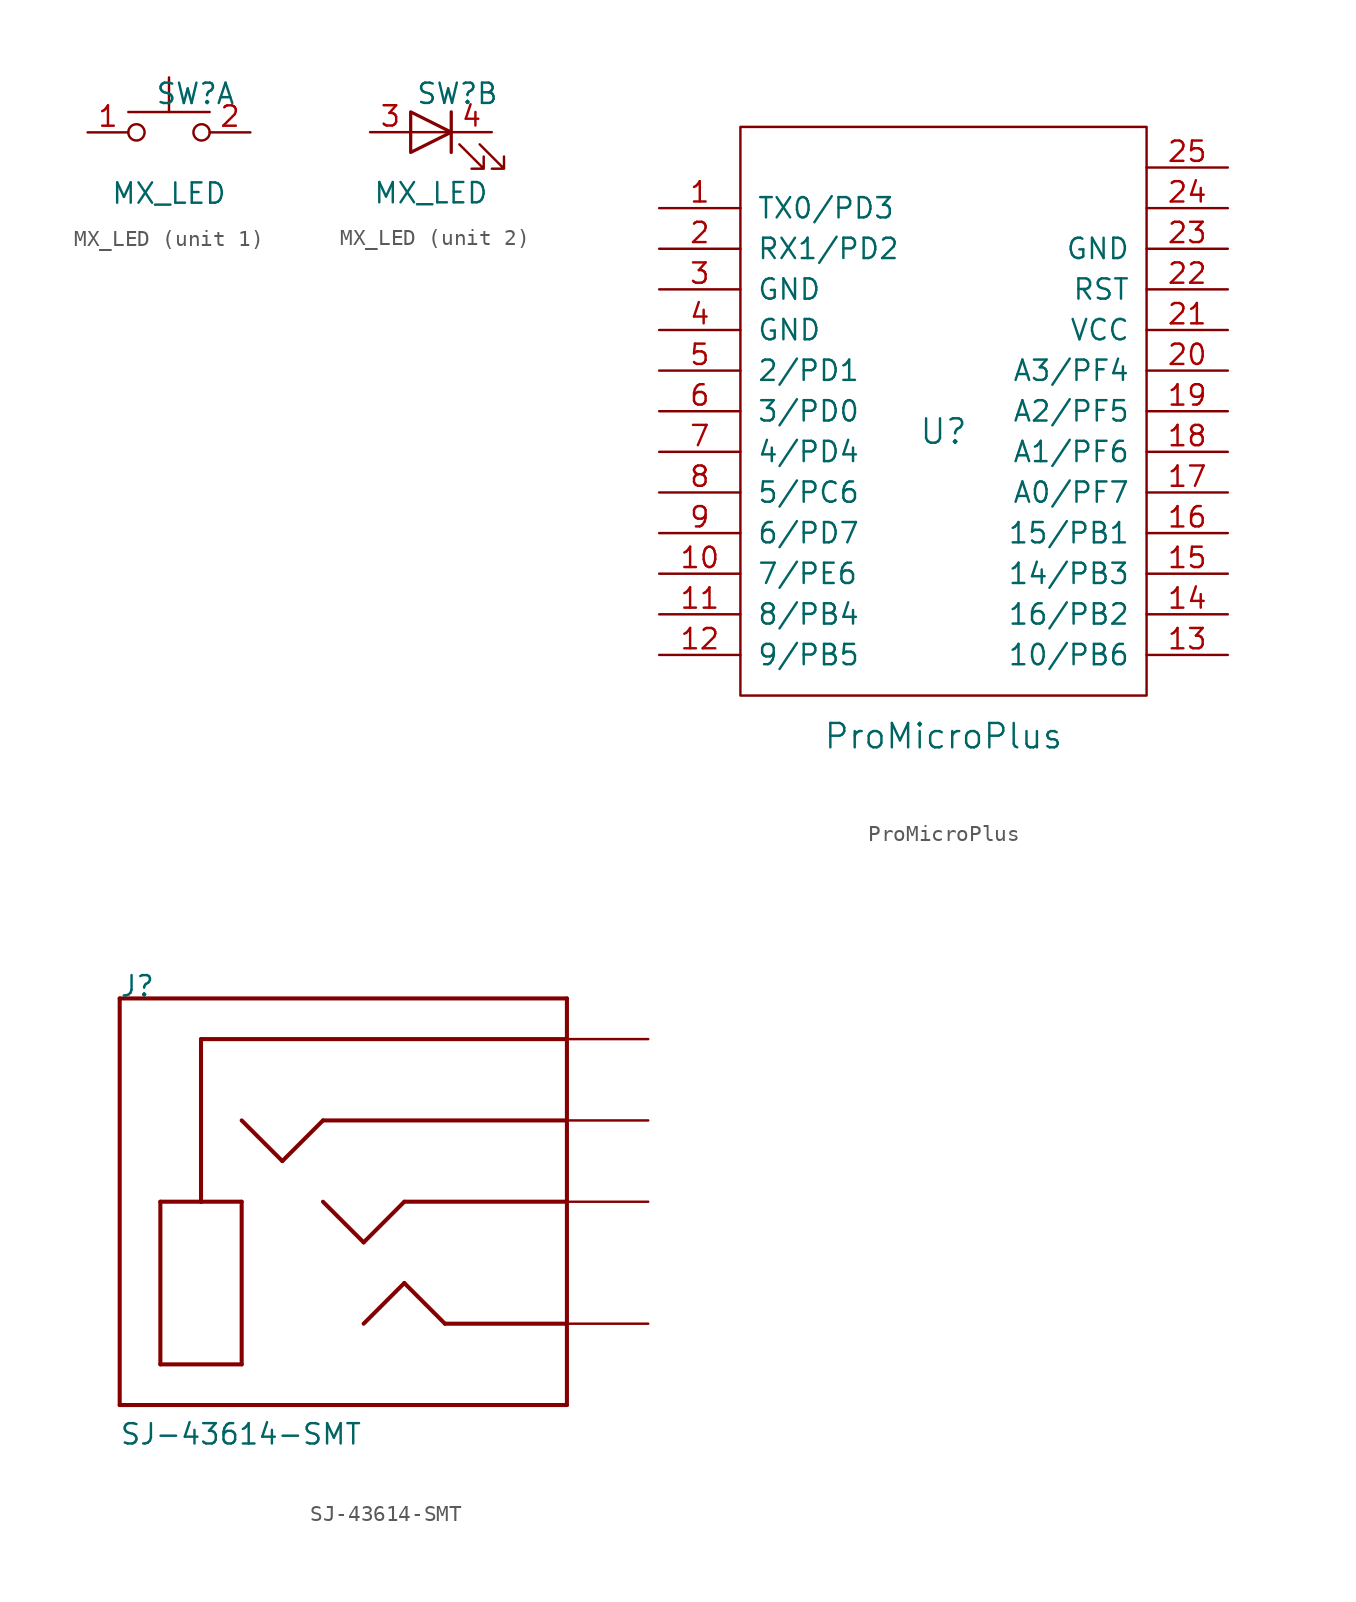
<source format=kicad_sym>
(kicad_symbol_lib
  (version 20231120)
  (generator "kicad_symbol_editor")
  (generator_version "8.0")
  (symbol "MX_LED"
    (pin_names
      (offset 1.016) hide)
    (property "Reference" "SW"
      (at 1.651 2.413 0)
      (effects (font (size 1.27 1.27))))
    (property "Value" "MX_LED"
      (at 0 -3.81 0)
      (effects (font (size 1.27 1.27))))
    (property "ki_locked" ""
      (at 0 0 0)
      (effects (font (size 1.27 1.27))))
    (symbol "MX_LED_1_1"
      (circle (center -2.032 0) (radius 0.508) (stroke (width 0) (type solid)) (fill (type none)))
      (polyline (pts (xy -2.54 1.27) (xy 2.54 1.27)) (stroke (width 0) (type solid)) (fill (type none)))
      (polyline (pts (xy 0 1.27) (xy 0 3.429)) (stroke (width 0) (type solid)) (fill (type none)))
      (circle (center 2.032 0) (radius 0.508) (stroke (width 0) (type solid)) (fill (type none)))
      (pin passive line (at -5.08 0 0) (length 2.54) (name "1" (effects (font (size 1.27 1.27)))) (number "1" (effects (font (size 1.27 1.27)))))
      (pin passive line (at 5.08 0 180) (length 2.54) (name "2" (effects (font (size 1.27 1.27)))) (number "2" (effects (font (size 1.27 1.27))))))
    (symbol "MX_LED_2_1"
      (polyline (pts (xy 1.27 -1.27) (xy 1.27 1.27)) (stroke (width 0.203) (type solid)) (fill (type none)))
      (polyline (pts (xy 1.27 0) (xy -1.27 0)) (stroke (width 0) (type solid)) (fill (type none)))
      (polyline (pts (xy -1.27 -1.27) (xy -1.27 1.27) (xy 1.27 0) (xy -1.27 -1.27)) (stroke (width 0.203) (type solid)) (fill (type none)))
      (polyline (pts (xy 1.778 -0.762) (xy 3.302 -2.286) (xy 2.54 -2.286) (xy 3.302 -2.286) (xy 3.302 -1.524)) (stroke (width 0) (type solid)) (fill (type none)))
      (polyline (pts (xy 3.048 -0.762) (xy 4.572 -2.286) (xy 3.81 -2.286) (xy 4.572 -2.286) (xy 4.572 -1.524)) (stroke (width 0) (type solid)) (fill (type none)))
      (pin passive line (at -3.81 0 0) (length 2.54) (name "3" (effects (font (size 1.27 1.27)))) (number "3" (effects (font (size 1.27 1.27)))))
      (pin passive line (at 3.81 0 180) (length 2.54) (name "4" (effects (font (size 1.27 1.27)))) (number "4" (effects (font (size 1.27 1.27)))))))
  (symbol "ProMicroPlus"
    (pin_names
      (offset 1.016))
    (property "Reference" "U"
      (at 0 0 0)
      (effects (font (size 1.524 1.524))))
    (property "Value" "ProMicroPlus"
      (at 0 -19.05 0)
      (effects (font (size 1.524 1.524))))
    (symbol "ProMicroPlus_0_1"
      (rectangle (start -12.7 -16.51) (end 12.7 19.05) (stroke (width 0) (type solid)) (fill (type none))))
    (symbol "ProMicroPlus_1_1"
      (pin input line (at -17.78 13.97 0) (length 5.08) (name "TX0/PD3" (effects (font (size 1.27 1.27)))) (number "1" (effects (font (size 1.27 1.27)))))
      (pin input line (at -17.78 -8.89 0) (length 5.08) (name "7/PE6" (effects (font (size 1.27 1.27)))) (number "10" (effects (font (size 1.27 1.27)))))
      (pin input line (at -17.78 -11.43 0) (length 5.08) (name "8/PB4" (effects (font (size 1.27 1.27)))) (number "11" (effects (font (size 1.27 1.27)))))
      (pin input line (at -17.78 -13.97 0) (length 5.08) (name "9/PB5" (effects (font (size 1.27 1.27)))) (number "12" (effects (font (size 1.27 1.27)))))
      (pin input line (at 17.78 -13.97 180) (length 5.08) (name "10/PB6" (effects (font (size 1.27 1.27)))) (number "13" (effects (font (size 1.27 1.27)))))
      (pin input line (at 17.78 -11.43 180) (length 5.08) (name "16/PB2" (effects (font (size 1.27 1.27)))) (number "14" (effects (font (size 1.27 1.27)))))
      (pin input line (at 17.78 -8.89 180) (length 5.08) (name "14/PB3" (effects (font (size 1.27 1.27)))) (number "15" (effects (font (size 1.27 1.27)))))
      (pin input line (at 17.78 -6.35 180) (length 5.08) (name "15/PB1" (effects (font (size 1.27 1.27)))) (number "16" (effects (font (size 1.27 1.27)))))
      (pin input line (at 17.78 -3.81 180) (length 5.08) (name "A0/PF7" (effects (font (size 1.27 1.27)))) (number "17" (effects (font (size 1.27 1.27)))))
      (pin input line (at 17.78 -1.27 180) (length 5.08) (name "A1/PF6" (effects (font (size 1.27 1.27)))) (number "18" (effects (font (size 1.27 1.27)))))
      (pin input line (at 17.78 1.27 180) (length 5.08) (name "A2/PF5" (effects (font (size 1.27 1.27)))) (number "19" (effects (font (size 1.27 1.27)))))
      (pin input line (at -17.78 11.43 0) (length 5.08) (name "RX1/PD2" (effects (font (size 1.27 1.27)))) (number "2" (effects (font (size 1.27 1.27)))))
      (pin input line (at 17.78 3.81 180) (length 5.08) (name "A3/PF4" (effects (font (size 1.27 1.27)))) (number "20" (effects (font (size 1.27 1.27)))))
      (pin input line (at 17.78 6.35 180) (length 5.08) (name "VCC" (effects (font (size 1.27 1.27)))) (number "21" (effects (font (size 1.27 1.27)))))
      (pin input line (at 17.78 8.89 180) (length 5.08) (name "RST" (effects (font (size 1.27 1.27)))) (number "22" (effects (font (size 1.27 1.27)))))
      (pin input line (at 17.78 11.43 180) (length 5.08) (name "GND" (effects (font (size 1.27 1.27)))) (number "23" (effects (font (size 1.27 1.27)))))
      (pin input line (at 17.78 13.97 180) (length 5.08) (name "~" (effects (font (size 1.27 1.27)))) (number "24" (effects (font (size 1.27 1.27)))))
      (pin input line (at 17.78 16.51 180) (length 5.08) (name "~" (effects (font (size 1.27 1.27)))) (number "25" (effects (font (size 1.27 1.27)))))
      (pin input line (at -17.78 8.89 0) (length 5.08) (name "GND" (effects (font (size 1.27 1.27)))) (number "3" (effects (font (size 1.27 1.27)))))
      (pin input line (at -17.78 6.35 0) (length 5.08) (name "GND" (effects (font (size 1.27 1.27)))) (number "4" (effects (font (size 1.27 1.27)))))
      (pin input line (at -17.78 3.81 0) (length 5.08) (name "2/PD1" (effects (font (size 1.27 1.27)))) (number "5" (effects (font (size 1.27 1.27)))))
      (pin input line (at -17.78 1.27 0) (length 5.08) (name "3/PD0" (effects (font (size 1.27 1.27)))) (number "6" (effects (font (size 1.27 1.27)))))
      (pin input line (at -17.78 -1.27 0) (length 5.08) (name "4/PD4" (effects (font (size 1.27 1.27)))) (number "7" (effects (font (size 1.27 1.27)))))
      (pin input line (at -17.78 -3.81 0) (length 5.08) (name "5/PC6" (effects (font (size 1.27 1.27)))) (number "8" (effects (font (size 1.27 1.27)))))
      (pin input line (at -17.78 -6.35 0) (length 5.08) (name "6/PD7" (effects (font (size 1.27 1.27)))) (number "9" (effects (font (size 1.27 1.27)))))))
  (symbol "SJ-43614-SMT"
    (pin_numbers hide)
    (pin_names
      (offset 1.016) hide)
    (property "Reference" "J"
      (at -15.265 12.725 0)
      (effects (font (size 1.27 1.27)) (justify left bottom)))
    (property "Value" "SJ-43614-SMT"
      (at -15.265 -15.265 0)
      (effects (font (size 1.27 1.27)) (justify left bottom)))
    (property "ki_locked" ""
      (at 0 0 0)
      (effects (font (size 1.27 1.27))))
    (symbol "SJ-43614-SMT_0_0"
      (polyline (pts (xy -15.24 -12.7) (xy -15.24 12.7)) (stroke (width 0.254) (type solid)) (fill (type none)))
      (polyline (pts (xy -15.24 12.7) (xy 12.7 12.7)) (stroke (width 0.254) (type solid)) (fill (type none)))
      (polyline (pts (xy -12.7 -10.16) (xy -7.62 -10.16)) (stroke (width 0.254) (type solid)) (fill (type none)))
      (polyline (pts (xy -12.7 0) (xy -12.7 -10.16)) (stroke (width 0.254) (type solid)) (fill (type none)))
      (polyline (pts (xy -10.16 0) (xy -12.7 0)) (stroke (width 0.254) (type solid)) (fill (type none)))
      (polyline (pts (xy -10.16 0) (xy -10.16 10.16)) (stroke (width 0.254) (type solid)) (fill (type none)))
      (polyline (pts (xy -10.16 10.16) (xy 12.7 10.16)) (stroke (width 0.254) (type solid)) (fill (type none)))
      (polyline (pts (xy -7.62 -10.16) (xy -7.62 0)) (stroke (width 0.254) (type solid)) (fill (type none)))
      (polyline (pts (xy -7.62 0) (xy -10.16 0)) (stroke (width 0.254) (type solid)) (fill (type none)))
      (polyline (pts (xy -7.62 5.08) (xy -5.08 2.54)) (stroke (width 0.254) (type solid)) (fill (type none)))
      (polyline (pts (xy -5.08 2.54) (xy -2.54 5.08)) (stroke (width 0.254) (type solid)) (fill (type none)))
      (polyline (pts (xy -2.54 0) (xy 0 -2.54)) (stroke (width 0.254) (type solid)) (fill (type none)))
      (polyline (pts (xy -2.54 5.08) (xy 12.7 5.08)) (stroke (width 0.254) (type solid)) (fill (type none)))
      (polyline (pts (xy 0 -7.62) (xy 2.54 -5.08)) (stroke (width 0.254) (type solid)) (fill (type none)))
      (polyline (pts (xy 0 -2.54) (xy 2.54 0)) (stroke (width 0.254) (type solid)) (fill (type none)))
      (polyline (pts (xy 2.54 -5.08) (xy 5.08 -7.62)) (stroke (width 0.254) (type solid)) (fill (type none)))
      (polyline (pts (xy 2.54 0) (xy 12.7 0)) (stroke (width 0.254) (type solid)) (fill (type none)))
      (polyline (pts (xy 5.08 -7.62) (xy 12.7 -7.62)) (stroke (width 0.254) (type solid)) (fill (type none)))
      (polyline (pts (xy 12.7 -12.7) (xy -15.24 -12.7)) (stroke (width 0.254) (type solid)) (fill (type none)))
      (polyline (pts (xy 12.7 12.7) (xy 12.7 -12.7)) (stroke (width 0.254) (type solid)) (fill (type none)))
      (pin passive line (at 17.78 10.16 180) (length 5.08) (name "SLEEVE" (effects (font (size 1.016 1.016)))) (number "1" (effects (font (size 1.016 1.016)))))
      (pin passive line (at 17.78 -7.62 180) (length 5.08) (name "TIP" (effects (font (size 1.016 1.016)))) (number "2" (effects (font (size 1.016 1.016)))))
      (pin passive line (at 17.78 0 180) (length 5.08) (name "RING1" (effects (font (size 1.016 1.016)))) (number "3" (effects (font (size 1.016 1.016)))))
      (pin passive line (at 17.78 5.08 180) (length 5.08) (name "RING2" (effects (font (size 1.016 1.016)))) (number "4" (effects (font (size 1.016 1.016))))))))
</source>
